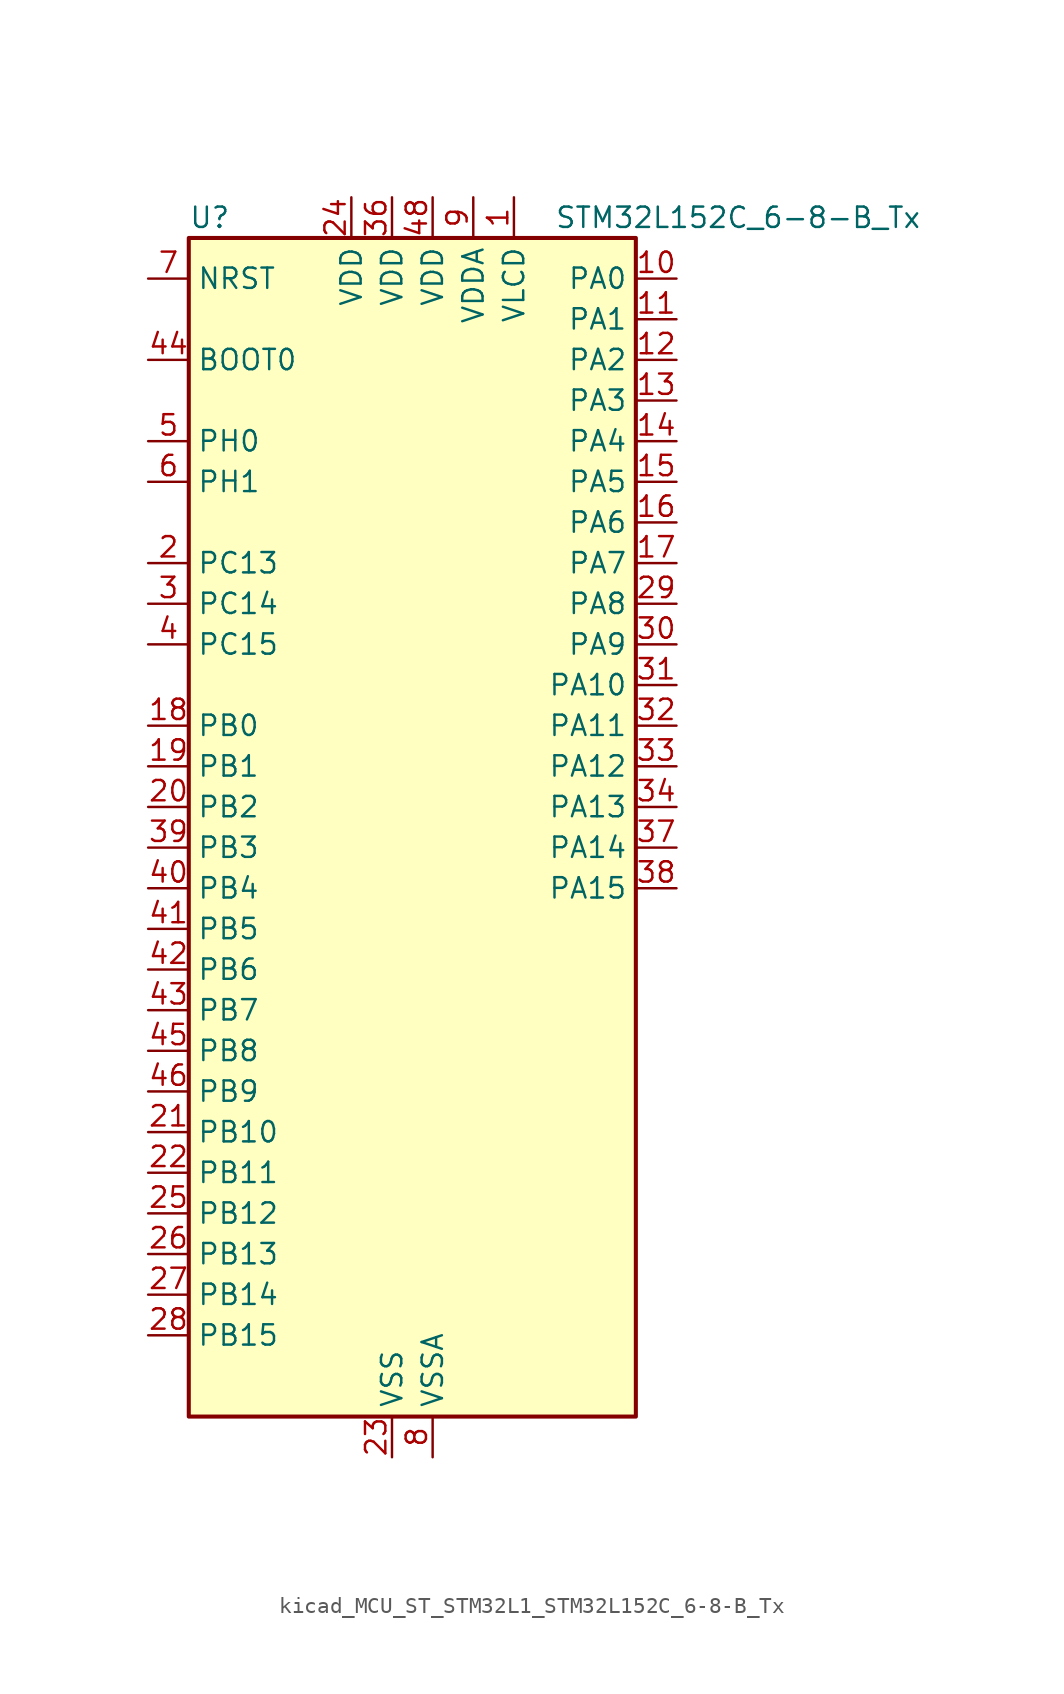
<source format=kicad_sym>
(kicad_symbol_lib
  (version 20220914)
  (generator kicad_symbol_editor)
  (symbol "kicad_MCU_ST_STM32L1_STM32L152C_6-8-B_Tx"
    (property "Reference" "U"
      (at -12.7 39.37 0)
      (effects (font (size 1.27 1.27)) (justify left)))
    (property "Value" "STM32L152C_6-8-B_Tx"
      (at 10.16 39.37 0)
      (effects (font (size 1.27 1.27)) (justify left)))
    (property "ki_locked" ""
      (at 0 0 0)
      (effects (font (size 1.27 1.27))))
    (symbol "kicad_MCU_ST_STM32L1_STM32L152C_6-8-B_Tx_0_1"
      (rectangle (start -12.7 -35.56) (end 15.24 38.1) (stroke (width 0.254) (type default)) (fill (type background))))
    (symbol "kicad_MCU_ST_STM32L1_STM32L152C_6-8-B_Tx_1_1"
      (pin power_in line (at 7.62 40.64 270) (length 2.54) (name "VLCD" (effects (font (size 1.27 1.27)))) (number "1" (effects (font (size 1.27 1.27)))))
      (pin bidirectional line (at 17.78 35.56 180) (length 2.54) (name "PA0" (effects (font (size 1.27 1.27)))) (number "10" (effects (font (size 1.27 1.27)))) (alternate "ADC_IN0" bidirectional line) (alternate "COMP1_INP" bidirectional line) (alternate "SYS_WKUP1" bidirectional line) (alternate "TIM2_CH1" bidirectional line) (alternate "TIM2_ETR" bidirectional line) (alternate "TIMX_IC1" bidirectional line) (alternate "TS_G1_IO1" bidirectional line) (alternate "USART2_CTS" bidirectional line))
      (pin bidirectional line (at 17.78 33.02 180) (length 2.54) (name "PA1" (effects (font (size 1.27 1.27)))) (number "11" (effects (font (size 1.27 1.27)))) (alternate "ADC_IN1" bidirectional line) (alternate "COMP1_INP" bidirectional line) (alternate "LCD_SEG0" bidirectional line) (alternate "TIM2_CH2" bidirectional line) (alternate "TIMX_IC2" bidirectional line) (alternate "TS_G1_IO2" bidirectional line) (alternate "USART2_RTS" bidirectional line))
      (pin bidirectional line (at 17.78 30.48 180) (length 2.54) (name "PA2" (effects (font (size 1.27 1.27)))) (number "12" (effects (font (size 1.27 1.27)))) (alternate "ADC_IN2" bidirectional line) (alternate "COMP1_INP" bidirectional line) (alternate "LCD_SEG1" bidirectional line) (alternate "TIM2_CH3" bidirectional line) (alternate "TIM9_CH1" bidirectional line) (alternate "TIMX_IC3" bidirectional line) (alternate "TS_G1_IO3" bidirectional line) (alternate "USART2_TX" bidirectional line))
      (pin bidirectional line (at 17.78 27.94 180) (length 2.54) (name "PA3" (effects (font (size 1.27 1.27)))) (number "13" (effects (font (size 1.27 1.27)))) (alternate "ADC_IN3" bidirectional line) (alternate "COMP1_INP" bidirectional line) (alternate "LCD_SEG2" bidirectional line) (alternate "TIM2_CH4" bidirectional line) (alternate "TIM9_CH2" bidirectional line) (alternate "TIMX_IC4" bidirectional line) (alternate "TS_G1_IO4" bidirectional line) (alternate "USART2_RX" bidirectional line))
      (pin bidirectional line (at 17.78 25.4 180) (length 2.54) (name "PA4" (effects (font (size 1.27 1.27)))) (number "14" (effects (font (size 1.27 1.27)))) (alternate "ADC_IN4" bidirectional line) (alternate "COMP1_INP" bidirectional line) (alternate "DAC_OUT1" bidirectional line) (alternate "SPI1_NSS" bidirectional line) (alternate "TIMX_IC1" bidirectional line) (alternate "USART2_CK" bidirectional line))
      (pin bidirectional line (at 17.78 22.86 180) (length 2.54) (name "PA5" (effects (font (size 1.27 1.27)))) (number "15" (effects (font (size 1.27 1.27)))) (alternate "ADC_IN5" bidirectional line) (alternate "COMP1_INP" bidirectional line) (alternate "DAC_OUT2" bidirectional line) (alternate "SPI1_SCK" bidirectional line) (alternate "TIM2_CH1" bidirectional line) (alternate "TIM2_ETR" bidirectional line) (alternate "TIMX_IC2" bidirectional line))
      (pin bidirectional line (at 17.78 20.32 180) (length 2.54) (name "PA6" (effects (font (size 1.27 1.27)))) (number "16" (effects (font (size 1.27 1.27)))) (alternate "ADC_IN6" bidirectional line) (alternate "COMP1_INP" bidirectional line) (alternate "LCD_SEG3" bidirectional line) (alternate "SPI1_MISO" bidirectional line) (alternate "TIM10_CH1" bidirectional line) (alternate "TIM3_CH1" bidirectional line) (alternate "TIMX_IC3" bidirectional line) (alternate "TS_G2_IO1" bidirectional line))
      (pin bidirectional line (at 17.78 17.78 180) (length 2.54) (name "PA7" (effects (font (size 1.27 1.27)))) (number "17" (effects (font (size 1.27 1.27)))) (alternate "ADC_IN7" bidirectional line) (alternate "COMP1_INP" bidirectional line) (alternate "LCD_SEG4" bidirectional line) (alternate "SPI1_MOSI" bidirectional line) (alternate "TIM11_CH1" bidirectional line) (alternate "TIM3_CH2" bidirectional line) (alternate "TIMX_IC4" bidirectional line) (alternate "TS_G2_IO2" bidirectional line))
      (pin bidirectional line (at -15.24 7.62 0) (length 2.54) (name "PB0" (effects (font (size 1.27 1.27)))) (number "18" (effects (font (size 1.27 1.27)))) (alternate "ADC_IN8" bidirectional line) (alternate "COMP1_INP" bidirectional line) (alternate "LCD_SEG5" bidirectional line) (alternate "SYS_V_REF_OUT" bidirectional line) (alternate "TIM3_CH3" bidirectional line) (alternate "TS_G3_IO1" bidirectional line))
      (pin bidirectional line (at -15.24 5.08 0) (length 2.54) (name "PB1" (effects (font (size 1.27 1.27)))) (number "19" (effects (font (size 1.27 1.27)))) (alternate "ADC_IN9" bidirectional line) (alternate "COMP1_INP" bidirectional line) (alternate "LCD_SEG6" bidirectional line) (alternate "SYS_V_REF_OUT" bidirectional line) (alternate "TIM3_CH4" bidirectional line) (alternate "TS_G3_IO2" bidirectional line))
      (pin bidirectional line (at -15.24 17.78 0) (length 2.54) (name "PC13" (effects (font (size 1.27 1.27)))) (number "2" (effects (font (size 1.27 1.27)))) (alternate "RTC_OUT_ALARM" bidirectional line) (alternate "RTC_OUT_CALIB" bidirectional line) (alternate "RTC_TAMP1" bidirectional line) (alternate "RTC_TS" bidirectional line) (alternate "SYS_WKUP2" bidirectional line) (alternate "TIMX_IC2" bidirectional line))
      (pin bidirectional line (at -15.24 2.54 0) (length 2.54) (name "PB2" (effects (font (size 1.27 1.27)))) (number "20" (effects (font (size 1.27 1.27)))))
      (pin bidirectional line (at -15.24 -17.78 0) (length 2.54) (name "PB10" (effects (font (size 1.27 1.27)))) (number "21" (effects (font (size 1.27 1.27)))) (alternate "I2C2_SCL" bidirectional line) (alternate "LCD_SEG10" bidirectional line) (alternate "TIM2_CH3" bidirectional line) (alternate "USART3_TX" bidirectional line))
      (pin bidirectional line (at -15.24 -20.32 0) (length 2.54) (name "PB11" (effects (font (size 1.27 1.27)))) (number "22" (effects (font (size 1.27 1.27)))) (alternate "ADC_EXTI11" bidirectional line) (alternate "I2C2_SDA" bidirectional line) (alternate "LCD_SEG11" bidirectional line) (alternate "TIM2_CH4" bidirectional line) (alternate "USART3_RX" bidirectional line))
      (pin power_in line (at 0 -38.1 90) (length 2.54) (name "VSS" (effects (font (size 1.27 1.27)))) (number "23" (effects (font (size 1.27 1.27)))))
      (pin power_in line (at -2.54 40.64 270) (length 2.54) (name "VDD" (effects (font (size 1.27 1.27)))) (number "24" (effects (font (size 1.27 1.27)))))
      (pin bidirectional line (at -15.24 -22.86 0) (length 2.54) (name "PB12" (effects (font (size 1.27 1.27)))) (number "25" (effects (font (size 1.27 1.27)))) (alternate "ADC_IN18" bidirectional line) (alternate "COMP1_INP" bidirectional line) (alternate "I2C2_SMBA" bidirectional line) (alternate "LCD_SEG12" bidirectional line) (alternate "SPI2_NSS" bidirectional line) (alternate "TIM10_CH1" bidirectional line) (alternate "TS_G7_IO1" bidirectional line) (alternate "USART3_CK" bidirectional line))
      (pin bidirectional line (at -15.24 -25.4 0) (length 2.54) (name "PB13" (effects (font (size 1.27 1.27)))) (number "26" (effects (font (size 1.27 1.27)))) (alternate "ADC_IN19" bidirectional line) (alternate "COMP1_INP" bidirectional line) (alternate "LCD_SEG13" bidirectional line) (alternate "SPI2_SCK" bidirectional line) (alternate "TIM9_CH1" bidirectional line) (alternate "TS_G7_IO2" bidirectional line) (alternate "USART3_CTS" bidirectional line))
      (pin bidirectional line (at -15.24 -27.94 0) (length 2.54) (name "PB14" (effects (font (size 1.27 1.27)))) (number "27" (effects (font (size 1.27 1.27)))) (alternate "ADC_IN20" bidirectional line) (alternate "COMP1_INP" bidirectional line) (alternate "LCD_SEG14" bidirectional line) (alternate "SPI2_MISO" bidirectional line) (alternate "TIM9_CH2" bidirectional line) (alternate "TS_G7_IO3" bidirectional line) (alternate "USART3_RTS" bidirectional line))
      (pin bidirectional line (at -15.24 -30.48 0) (length 2.54) (name "PB15" (effects (font (size 1.27 1.27)))) (number "28" (effects (font (size 1.27 1.27)))) (alternate "ADC_EXTI15" bidirectional line) (alternate "ADC_IN21" bidirectional line) (alternate "COMP1_INP" bidirectional line) (alternate "LCD_SEG15" bidirectional line) (alternate "RTC_REFIN" bidirectional line) (alternate "SPI2_MOSI" bidirectional line) (alternate "TIM11_CH1" bidirectional line) (alternate "TS_G7_IO4" bidirectional line))
      (pin bidirectional line (at 17.78 15.24 180) (length 2.54) (name "PA8" (effects (font (size 1.27 1.27)))) (number "29" (effects (font (size 1.27 1.27)))) (alternate "LCD_COM0" bidirectional line) (alternate "RCC_MCO" bidirectional line) (alternate "TIMX_IC1" bidirectional line) (alternate "TS_G4_IO1" bidirectional line) (alternate "USART1_CK" bidirectional line))
      (pin bidirectional line (at -15.24 15.24 0) (length 2.54) (name "PC14" (effects (font (size 1.27 1.27)))) (number "3" (effects (font (size 1.27 1.27)))) (alternate "RCC_OSC32_IN" bidirectional line) (alternate "TIMX_IC3" bidirectional line))
      (pin bidirectional line (at 17.78 12.7 180) (length 2.54) (name "PA9" (effects (font (size 1.27 1.27)))) (number "30" (effects (font (size 1.27 1.27)))) (alternate "DAC_EXTI9" bidirectional line) (alternate "LCD_COM1" bidirectional line) (alternate "TIMX_IC2" bidirectional line) (alternate "TS_G4_IO2" bidirectional line) (alternate "USART1_TX" bidirectional line))
      (pin bidirectional line (at 17.78 10.16 180) (length 2.54) (name "PA10" (effects (font (size 1.27 1.27)))) (number "31" (effects (font (size 1.27 1.27)))) (alternate "LCD_COM2" bidirectional line) (alternate "TIMX_IC3" bidirectional line) (alternate "TS_G4_IO3" bidirectional line) (alternate "USART1_RX" bidirectional line))
      (pin bidirectional line (at 17.78 7.62 180) (length 2.54) (name "PA11" (effects (font (size 1.27 1.27)))) (number "32" (effects (font (size 1.27 1.27)))) (alternate "ADC_EXTI11" bidirectional line) (alternate "SPI1_MISO" bidirectional line) (alternate "TIMX_IC4" bidirectional line) (alternate "USART1_CTS" bidirectional line) (alternate "USB_DM" bidirectional line))
      (pin bidirectional line (at 17.78 5.08 180) (length 2.54) (name "PA12" (effects (font (size 1.27 1.27)))) (number "33" (effects (font (size 1.27 1.27)))) (alternate "SPI1_MOSI" bidirectional line) (alternate "TIMX_IC1" bidirectional line) (alternate "USART1_RTS" bidirectional line) (alternate "USB_DP" bidirectional line))
      (pin bidirectional line (at 17.78 2.54 180) (length 2.54) (name "PA13" (effects (font (size 1.27 1.27)))) (number "34" (effects (font (size 1.27 1.27)))) (alternate "SYS_JTMS-SWDIO" bidirectional line) (alternate "TIMX_IC2" bidirectional line) (alternate "TS_G5_IO1" bidirectional line))
      (pin passive line (at 0 -38.1 90) (length 2.54) hide (name "VSS" (effects (font (size 1.27 1.27)))) (number "35" (effects (font (size 1.27 1.27)))))
      (pin power_in line (at 0 40.64 270) (length 2.54) (name "VDD" (effects (font (size 1.27 1.27)))) (number "36" (effects (font (size 1.27 1.27)))))
      (pin bidirectional line (at 17.78 0 180) (length 2.54) (name "PA14" (effects (font (size 1.27 1.27)))) (number "37" (effects (font (size 1.27 1.27)))) (alternate "SYS_JTCK-SWCLK" bidirectional line) (alternate "TIMX_IC3" bidirectional line) (alternate "TS_G5_IO2" bidirectional line))
      (pin bidirectional line (at 17.78 -2.54 180) (length 2.54) (name "PA15" (effects (font (size 1.27 1.27)))) (number "38" (effects (font (size 1.27 1.27)))) (alternate "ADC_EXTI15" bidirectional line) (alternate "LCD_SEG17" bidirectional line) (alternate "SPI1_NSS" bidirectional line) (alternate "SYS_JTDI" bidirectional line) (alternate "TIM2_CH1" bidirectional line) (alternate "TIM2_ETR" bidirectional line) (alternate "TIMX_IC4" bidirectional line) (alternate "TS_G5_IO3" bidirectional line))
      (pin bidirectional line (at -15.24 0 0) (length 2.54) (name "PB3" (effects (font (size 1.27 1.27)))) (number "39" (effects (font (size 1.27 1.27)))) (alternate "COMP2_INM" bidirectional line) (alternate "LCD_SEG7" bidirectional line) (alternate "SPI1_SCK" bidirectional line) (alternate "SYS_JTDO-TRACESWO" bidirectional line) (alternate "TIM2_CH2" bidirectional line))
      (pin bidirectional line (at -15.24 12.7 0) (length 2.54) (name "PC15" (effects (font (size 1.27 1.27)))) (number "4" (effects (font (size 1.27 1.27)))) (alternate "ADC_EXTI15" bidirectional line) (alternate "RCC_OSC32_OUT" bidirectional line) (alternate "TIMX_IC4" bidirectional line))
      (pin bidirectional line (at -15.24 -2.54 0) (length 2.54) (name "PB4" (effects (font (size 1.27 1.27)))) (number "40" (effects (font (size 1.27 1.27)))) (alternate "COMP2_INP" bidirectional line) (alternate "LCD_SEG8" bidirectional line) (alternate "SPI1_MISO" bidirectional line) (alternate "SYS_JTRST" bidirectional line) (alternate "TIM3_CH1" bidirectional line) (alternate "TS_G6_IO1" bidirectional line))
      (pin bidirectional line (at -15.24 -5.08 0) (length 2.54) (name "PB5" (effects (font (size 1.27 1.27)))) (number "41" (effects (font (size 1.27 1.27)))) (alternate "COMP2_INP" bidirectional line) (alternate "I2C1_SMBA" bidirectional line) (alternate "LCD_SEG9" bidirectional line) (alternate "SPI1_MOSI" bidirectional line) (alternate "TIM3_CH2" bidirectional line) (alternate "TS_G6_IO2" bidirectional line))
      (pin bidirectional line (at -15.24 -7.62 0) (length 2.54) (name "PB6" (effects (font (size 1.27 1.27)))) (number "42" (effects (font (size 1.27 1.27)))) (alternate "I2C1_SCL" bidirectional line) (alternate "TIM4_CH1" bidirectional line) (alternate "USART1_TX" bidirectional line))
      (pin bidirectional line (at -15.24 -10.16 0) (length 2.54) (name "PB7" (effects (font (size 1.27 1.27)))) (number "43" (effects (font (size 1.27 1.27)))) (alternate "I2C1_SDA" bidirectional line) (alternate "SYS_PVD_IN" bidirectional line) (alternate "TIM4_CH2" bidirectional line) (alternate "USART1_RX" bidirectional line))
      (pin input line (at -15.24 30.48 0) (length 2.54) (name "BOOT0" (effects (font (size 1.27 1.27)))) (number "44" (effects (font (size 1.27 1.27)))))
      (pin bidirectional line (at -15.24 -12.7 0) (length 2.54) (name "PB8" (effects (font (size 1.27 1.27)))) (number "45" (effects (font (size 1.27 1.27)))) (alternate "I2C1_SCL" bidirectional line) (alternate "LCD_SEG16" bidirectional line) (alternate "TIM10_CH1" bidirectional line) (alternate "TIM4_CH3" bidirectional line))
      (pin bidirectional line (at -15.24 -15.24 0) (length 2.54) (name "PB9" (effects (font (size 1.27 1.27)))) (number "46" (effects (font (size 1.27 1.27)))) (alternate "DAC_EXTI9" bidirectional line) (alternate "I2C1_SDA" bidirectional line) (alternate "LCD_COM3" bidirectional line) (alternate "TIM11_CH1" bidirectional line) (alternate "TIM4_CH4" bidirectional line))
      (pin passive line (at 0 -38.1 90) (length 2.54) hide (name "VSS" (effects (font (size 1.27 1.27)))) (number "47" (effects (font (size 1.27 1.27)))))
      (pin power_in line (at 2.54 40.64 270) (length 2.54) (name "VDD" (effects (font (size 1.27 1.27)))) (number "48" (effects (font (size 1.27 1.27)))))
      (pin bidirectional line (at -15.24 25.4 0) (length 2.54) (name "PH0" (effects (font (size 1.27 1.27)))) (number "5" (effects (font (size 1.27 1.27)))) (alternate "RCC_OSC_IN" bidirectional line))
      (pin bidirectional line (at -15.24 22.86 0) (length 2.54) (name "PH1" (effects (font (size 1.27 1.27)))) (number "6" (effects (font (size 1.27 1.27)))) (alternate "RCC_OSC_OUT" bidirectional line))
      (pin input line (at -15.24 35.56 0) (length 2.54) (name "NRST" (effects (font (size 1.27 1.27)))) (number "7" (effects (font (size 1.27 1.27)))))
      (pin power_in line (at 2.54 -38.1 90) (length 2.54) (name "VSSA" (effects (font (size 1.27 1.27)))) (number "8" (effects (font (size 1.27 1.27)))))
      (pin power_in line (at 5.08 40.64 270) (length 2.54) (name "VDDA" (effects (font (size 1.27 1.27)))) (number "9" (effects (font (size 1.27 1.27))))))))
</source>
